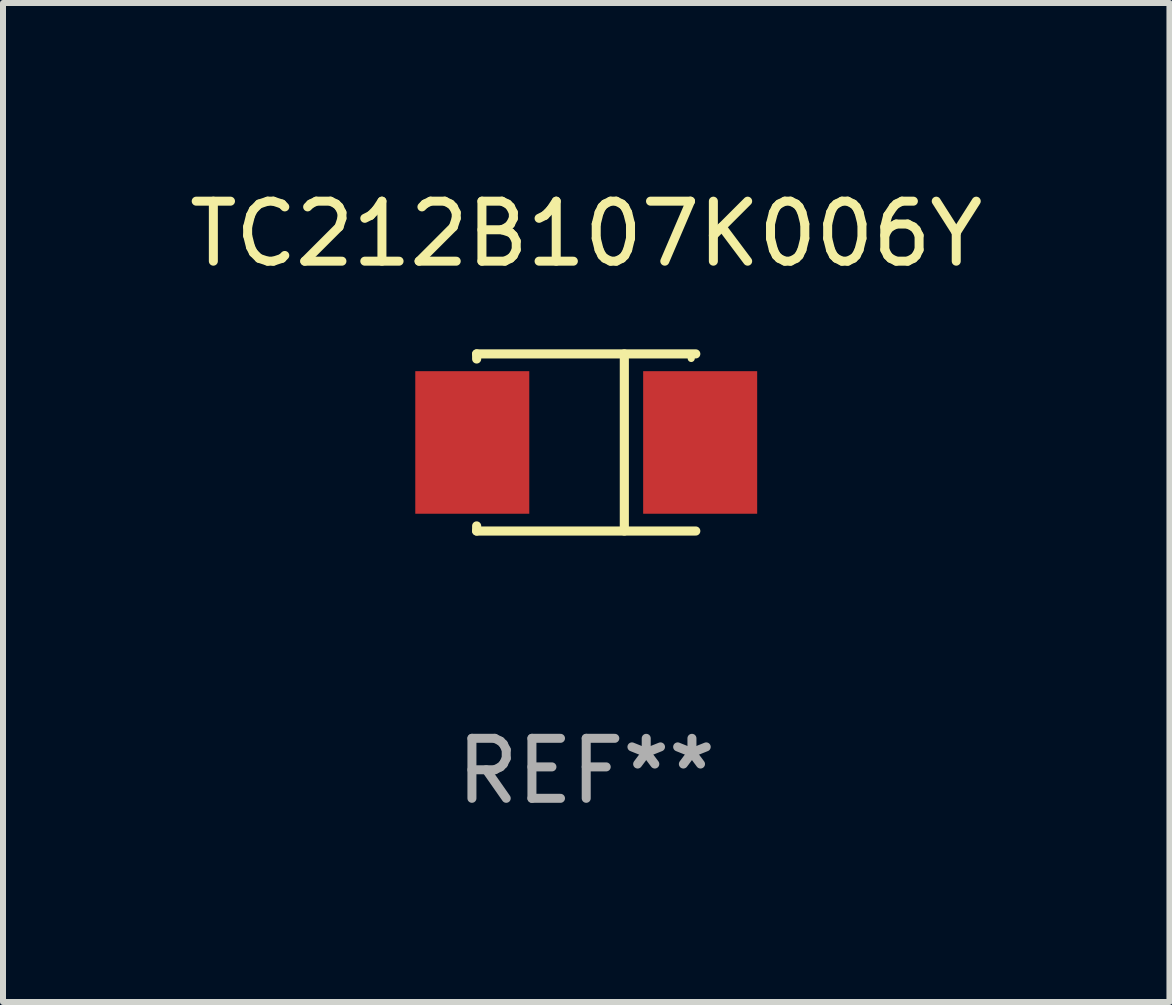
<source format=kicad_pcb>
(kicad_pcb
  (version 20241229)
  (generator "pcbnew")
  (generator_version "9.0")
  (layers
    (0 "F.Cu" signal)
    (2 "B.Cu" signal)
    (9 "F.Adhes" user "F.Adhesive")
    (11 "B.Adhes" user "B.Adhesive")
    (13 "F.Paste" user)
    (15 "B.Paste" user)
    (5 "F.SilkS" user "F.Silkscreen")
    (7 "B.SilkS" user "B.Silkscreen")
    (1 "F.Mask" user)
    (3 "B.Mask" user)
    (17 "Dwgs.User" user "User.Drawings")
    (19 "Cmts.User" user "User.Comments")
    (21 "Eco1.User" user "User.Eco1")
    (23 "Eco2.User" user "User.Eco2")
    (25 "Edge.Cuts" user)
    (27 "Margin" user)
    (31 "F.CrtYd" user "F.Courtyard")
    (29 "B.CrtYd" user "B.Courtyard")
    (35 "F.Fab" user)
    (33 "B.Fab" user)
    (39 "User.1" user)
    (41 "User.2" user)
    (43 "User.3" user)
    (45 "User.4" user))
  (footprint "TC212B107K006Y"
    (layer "F.Cu")
    (at 6.72 4.324)
    (property "Reference" "TC212B107K006Y" (at 0 -3.476 0) (layer "F.SilkS") (effects (font (size 1 1) (thickness 0.15))))
    (attr through_hole)
    (fp_line (start -1.826 -1.476) (end -1.826 -1.391) (stroke (width 0.152) (type solid)) (layer "F.SilkS"))
    (fp_line (start -1.826 -1.476) (end 1.826 -1.476) (stroke (width 0.152) (type solid)) (layer "F.SilkS"))
    (fp_line (start -1.826 1.476) (end -1.826 1.391) (stroke (width 0.152) (type solid)) (layer "F.SilkS"))
    (fp_line (start -1.826 1.476) (end 1.826 1.476) (stroke (width 0.152) (type solid)) (layer "F.SilkS"))
    (fp_line (start 0.635 -1.476) (end 0.635 1.476) (stroke (width 0.152) (type solid)) (layer "F.SilkS"))
    (fp_circle (center 1.75 -1.4) (end 1.78 -1.4) (stroke (width 0.06) (type solid)) (fill no) (layer "F.SilkS"))
    (fp_text user "REF**" (at 0 5.476 0) (layer "F.Fab") (effects (font (size 1 1) (thickness 0.15))))
    (pad "1" smd rect (at 1.899 0) (size 1.9 2.376) (layers "F.Cu" "F.Mask" "F.Paste"))
    (pad "2" smd rect (at -1.899 0) (size 1.9 2.376) (layers "F.Cu" "F.Mask" "F.Paste")))
  (gr_rect
    (start -3 -3)
    (end 16.44 13.649)
    (stroke (width 0.1) (type default))
    (fill no)
    (layer "Edge.Cuts")))
</source>
